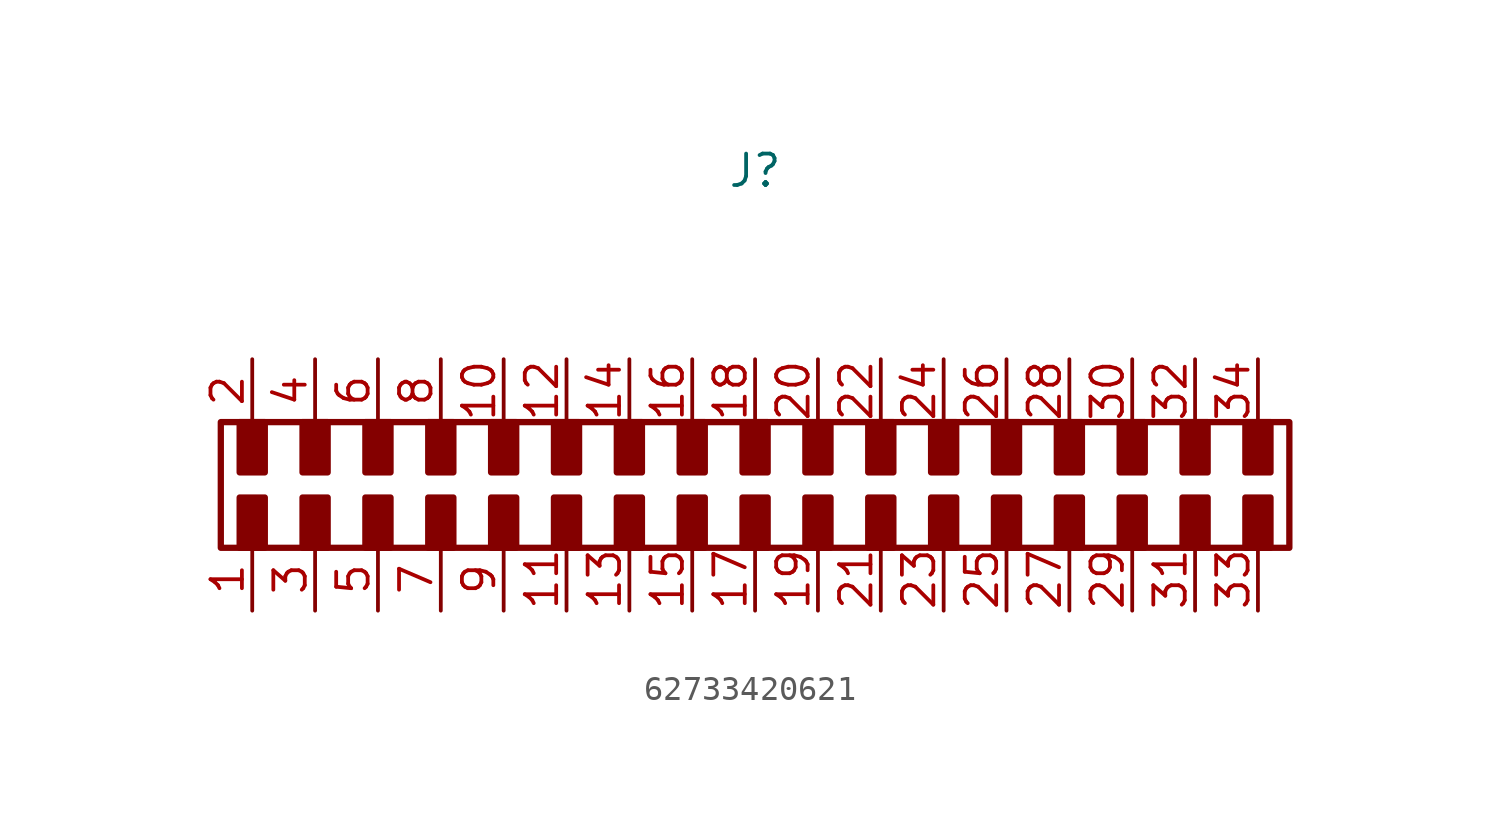
<source format=kicad_sym>
(kicad_symbol_lib
  (version 20241209)
  (generator "kicad_symbol_editor")
  (generator_version "9.0")
  (symbol "62733420621"
    (pin_names
      (hide yes))
    (property "Reference" "J"
      (at 0 12.7 0)
      (effects (font (size 1.27 1.27))))
    (symbol "62733420621_1_1"
      (rectangle (start -21.59 2.54) (end 21.59 -2.54) (stroke (width 0.254) (type solid)) (fill (type none)))
      (rectangle (start -20.828 2.54) (end -19.812 0.508) (stroke (width 0.254) (type solid)) (fill (type outline)))
      (rectangle (start -20.828 -0.508) (end -19.812 -2.54) (stroke (width 0.254) (type solid)) (fill (type outline)))
      (rectangle (start -18.288 2.54) (end -17.272 0.508) (stroke (width 0.254) (type solid)) (fill (type outline)))
      (rectangle (start -18.288 -0.508) (end -17.272 -2.54) (stroke (width 0.254) (type solid)) (fill (type outline)))
      (rectangle (start -15.748 2.54) (end -14.732 0.508) (stroke (width 0.254) (type solid)) (fill (type outline)))
      (rectangle (start -15.748 -0.508) (end -14.732 -2.54) (stroke (width 0.254) (type solid)) (fill (type outline)))
      (rectangle (start -13.208 2.54) (end -12.192 0.508) (stroke (width 0.254) (type solid)) (fill (type outline)))
      (rectangle (start -13.208 -0.508) (end -12.192 -2.54) (stroke (width 0.254) (type solid)) (fill (type outline)))
      (rectangle (start -10.668 2.54) (end -9.652 0.508) (stroke (width 0.254) (type solid)) (fill (type outline)))
      (rectangle (start -10.668 -0.508) (end -9.652 -2.54) (stroke (width 0.254) (type solid)) (fill (type outline)))
      (rectangle (start -8.128 2.54) (end -7.112 0.508) (stroke (width 0.254) (type solid)) (fill (type outline)))
      (rectangle (start -8.128 -0.508) (end -7.112 -2.54) (stroke (width 0.254) (type solid)) (fill (type outline)))
      (rectangle (start -5.588 2.54) (end -4.572 0.508) (stroke (width 0.254) (type solid)) (fill (type outline)))
      (rectangle (start -5.588 -0.508) (end -4.572 -2.54) (stroke (width 0.254) (type solid)) (fill (type outline)))
      (rectangle (start -3.048 2.54) (end -2.032 0.508) (stroke (width 0.254) (type solid)) (fill (type outline)))
      (rectangle (start -3.048 -0.508) (end -2.032 -2.54) (stroke (width 0.254) (type solid)) (fill (type outline)))
      (rectangle (start -0.508 2.54) (end 0.508 0.508) (stroke (width 0.254) (type solid)) (fill (type outline)))
      (rectangle (start -0.508 -0.508) (end 0.508 -2.54) (stroke (width 0.254) (type solid)) (fill (type outline)))
      (rectangle (start 2.032 2.54) (end 3.048 0.508) (stroke (width 0.254) (type solid)) (fill (type outline)))
      (rectangle (start 2.032 -0.508) (end 3.048 -2.54) (stroke (width 0.254) (type solid)) (fill (type outline)))
      (rectangle (start 4.572 2.54) (end 5.588 0.508) (stroke (width 0.254) (type solid)) (fill (type outline)))
      (rectangle (start 4.572 -0.508) (end 5.588 -2.54) (stroke (width 0.254) (type solid)) (fill (type outline)))
      (rectangle (start 7.112 2.54) (end 8.128 0.508) (stroke (width 0.254) (type solid)) (fill (type outline)))
      (rectangle (start 7.112 -0.508) (end 8.128 -2.54) (stroke (width 0.254) (type solid)) (fill (type outline)))
      (rectangle (start 9.652 2.54) (end 10.668 0.508) (stroke (width 0.254) (type solid)) (fill (type outline)))
      (rectangle (start 9.652 -0.508) (end 10.668 -2.54) (stroke (width 0.254) (type solid)) (fill (type outline)))
      (rectangle (start 12.192 2.54) (end 13.208 0.508) (stroke (width 0.254) (type solid)) (fill (type outline)))
      (rectangle (start 12.192 -0.508) (end 13.208 -2.54) (stroke (width 0.254) (type solid)) (fill (type outline)))
      (rectangle (start 14.732 2.54) (end 15.748 0.508) (stroke (width 0.254) (type solid)) (fill (type outline)))
      (rectangle (start 14.732 -0.508) (end 15.748 -2.54) (stroke (width 0.254) (type solid)) (fill (type outline)))
      (rectangle (start 17.272 2.54) (end 18.288 0.508) (stroke (width 0.254) (type solid)) (fill (type outline)))
      (rectangle (start 17.272 -0.508) (end 18.288 -2.54) (stroke (width 0.254) (type solid)) (fill (type outline)))
      (rectangle (start 19.812 2.54) (end 20.828 0.508) (stroke (width 0.254) (type solid)) (fill (type outline)))
      (rectangle (start 19.812 -0.508) (end 20.828 -2.54) (stroke (width 0.254) (type solid)) (fill (type outline)))
      (pin passive line (at -20.32 5.08 270) (length 2.54) (name "2" (effects (font (size 1.27 1.27)))) (number "2" (effects (font (size 1.27 1.27)))))
      (pin passive line (at -20.32 -5.08 90) (length 2.54) (name "1" (effects (font (size 1.27 1.27)))) (number "1" (effects (font (size 1.27 1.27)))))
      (pin passive line (at -17.78 5.08 270) (length 2.54) (name "4" (effects (font (size 1.27 1.27)))) (number "4" (effects (font (size 1.27 1.27)))))
      (pin passive line (at -17.78 -5.08 90) (length 2.54) (name "3" (effects (font (size 1.27 1.27)))) (number "3" (effects (font (size 1.27 1.27)))))
      (pin passive line (at -15.24 5.08 270) (length 2.54) (name "6" (effects (font (size 1.27 1.27)))) (number "6" (effects (font (size 1.27 1.27)))))
      (pin passive line (at -15.24 -5.08 90) (length 2.54) (name "5" (effects (font (size 1.27 1.27)))) (number "5" (effects (font (size 1.27 1.27)))))
      (pin passive line (at -12.7 5.08 270) (length 2.54) (name "8" (effects (font (size 1.27 1.27)))) (number "8" (effects (font (size 1.27 1.27)))))
      (pin passive line (at -12.7 -5.08 90) (length 2.54) (name "7" (effects (font (size 1.27 1.27)))) (number "7" (effects (font (size 1.27 1.27)))))
      (pin passive line (at -10.16 5.08 270) (length 2.54) (name "10" (effects (font (size 1.27 1.27)))) (number "10" (effects (font (size 1.27 1.27)))))
      (pin passive line (at -10.16 -5.08 90) (length 2.54) (name "9" (effects (font (size 1.27 1.27)))) (number "9" (effects (font (size 1.27 1.27)))))
      (pin passive line (at -7.62 5.08 270) (length 2.54) (name "12" (effects (font (size 1.27 1.27)))) (number "12" (effects (font (size 1.27 1.27)))))
      (pin passive line (at -7.62 -5.08 90) (length 2.54) (name "11" (effects (font (size 1.27 1.27)))) (number "11" (effects (font (size 1.27 1.27)))))
      (pin passive line (at -5.08 5.08 270) (length 2.54) (name "14" (effects (font (size 1.27 1.27)))) (number "14" (effects (font (size 1.27 1.27)))))
      (pin passive line (at -5.08 -5.08 90) (length 2.54) (name "13" (effects (font (size 1.27 1.27)))) (number "13" (effects (font (size 1.27 1.27)))))
      (pin passive line (at -2.54 5.08 270) (length 2.54) (name "16" (effects (font (size 1.27 1.27)))) (number "16" (effects (font (size 1.27 1.27)))))
      (pin passive line (at -2.54 -5.08 90) (length 2.54) (name "15" (effects (font (size 1.27 1.27)))) (number "15" (effects (font (size 1.27 1.27)))))
      (pin passive line (at 0 5.08 270) (length 2.54) (name "18" (effects (font (size 1.27 1.27)))) (number "18" (effects (font (size 1.27 1.27)))))
      (pin passive line (at 0 -5.08 90) (length 2.54) (name "17" (effects (font (size 1.27 1.27)))) (number "17" (effects (font (size 1.27 1.27)))))
      (pin passive line (at 2.54 5.08 270) (length 2.54) (name "20" (effects (font (size 1.27 1.27)))) (number "20" (effects (font (size 1.27 1.27)))))
      (pin passive line (at 2.54 -5.08 90) (length 2.54) (name "19" (effects (font (size 1.27 1.27)))) (number "19" (effects (font (size 1.27 1.27)))))
      (pin passive line (at 5.08 5.08 270) (length 2.54) (name "22" (effects (font (size 1.27 1.27)))) (number "22" (effects (font (size 1.27 1.27)))))
      (pin passive line (at 5.08 -5.08 90) (length 2.54) (name "21" (effects (font (size 1.27 1.27)))) (number "21" (effects (font (size 1.27 1.27)))))
      (pin passive line (at 7.62 5.08 270) (length 2.54) (name "24" (effects (font (size 1.27 1.27)))) (number "24" (effects (font (size 1.27 1.27)))))
      (pin passive line (at 7.62 -5.08 90) (length 2.54) (name "23" (effects (font (size 1.27 1.27)))) (number "23" (effects (font (size 1.27 1.27)))))
      (pin passive line (at 10.16 5.08 270) (length 2.54) (name "26" (effects (font (size 1.27 1.27)))) (number "26" (effects (font (size 1.27 1.27)))))
      (pin passive line (at 10.16 -5.08 90) (length 2.54) (name "25" (effects (font (size 1.27 1.27)))) (number "25" (effects (font (size 1.27 1.27)))))
      (pin passive line (at 12.7 5.08 270) (length 2.54) (name "28" (effects (font (size 1.27 1.27)))) (number "28" (effects (font (size 1.27 1.27)))))
      (pin passive line (at 12.7 -5.08 90) (length 2.54) (name "27" (effects (font (size 1.27 1.27)))) (number "27" (effects (font (size 1.27 1.27)))))
      (pin passive line (at 15.24 5.08 270) (length 2.54) (name "30" (effects (font (size 1.27 1.27)))) (number "30" (effects (font (size 1.27 1.27)))))
      (pin passive line (at 15.24 -5.08 90) (length 2.54) (name "29" (effects (font (size 1.27 1.27)))) (number "29" (effects (font (size 1.27 1.27)))))
      (pin passive line (at 17.78 5.08 270) (length 2.54) (name "32" (effects (font (size 1.27 1.27)))) (number "32" (effects (font (size 1.27 1.27)))))
      (pin passive line (at 17.78 -5.08 90) (length 2.54) (name "31" (effects (font (size 1.27 1.27)))) (number "31" (effects (font (size 1.27 1.27)))))
      (pin passive line (at 20.32 5.08 270) (length 2.54) (name "34" (effects (font (size 1.27 1.27)))) (number "34" (effects (font (size 1.27 1.27)))))
      (pin passive line (at 20.32 -5.08 90) (length 2.54) (name "33" (effects (font (size 1.27 1.27)))) (number "33" (effects (font (size 1.27 1.27))))))))
</source>
